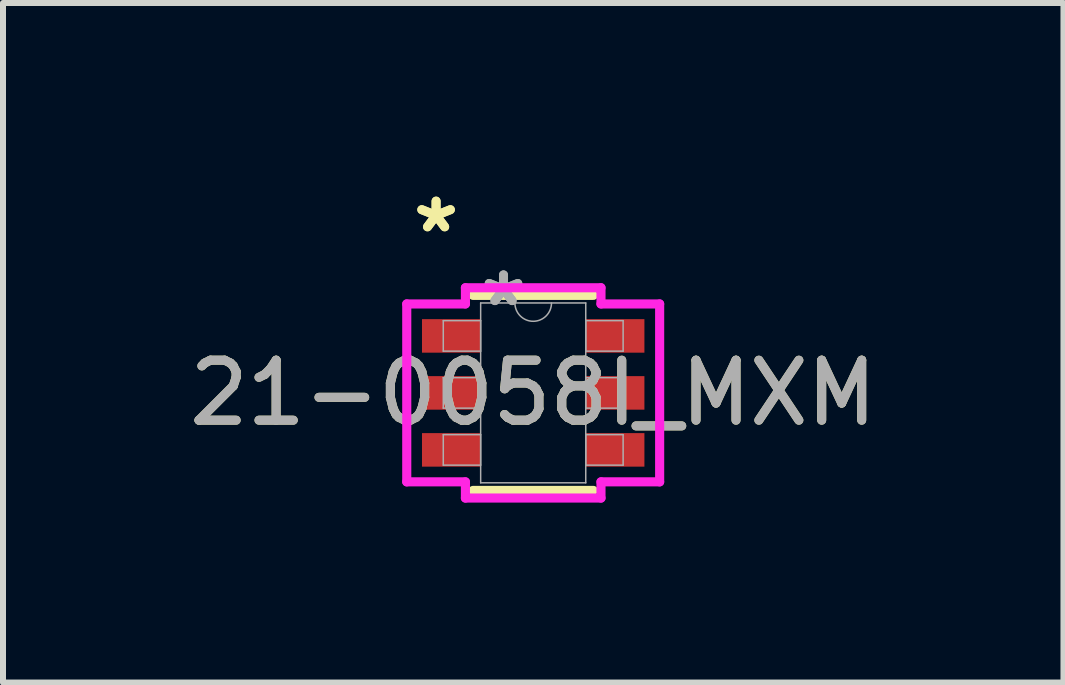
<source format=kicad_pcb>
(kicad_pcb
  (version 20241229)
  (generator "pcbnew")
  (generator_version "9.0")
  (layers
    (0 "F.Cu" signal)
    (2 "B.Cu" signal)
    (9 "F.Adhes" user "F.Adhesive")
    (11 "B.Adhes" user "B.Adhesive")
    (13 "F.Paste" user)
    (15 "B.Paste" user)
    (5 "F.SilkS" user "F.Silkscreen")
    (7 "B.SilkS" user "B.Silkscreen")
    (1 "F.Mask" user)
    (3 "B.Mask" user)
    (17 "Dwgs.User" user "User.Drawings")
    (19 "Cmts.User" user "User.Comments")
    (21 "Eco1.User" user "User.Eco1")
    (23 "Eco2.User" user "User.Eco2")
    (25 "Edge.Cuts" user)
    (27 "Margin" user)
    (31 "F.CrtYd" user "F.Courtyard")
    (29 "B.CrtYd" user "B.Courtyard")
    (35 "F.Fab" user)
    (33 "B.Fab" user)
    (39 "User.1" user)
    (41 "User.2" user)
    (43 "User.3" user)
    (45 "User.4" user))
  (footprint "21-0058I_MXM"
    (layer "F.Cu")
    (at 5.839 3.5)
    (property "Reference" "21-0058I_MXM" (at 0 0 0) (unlocked yes) (layer "F.SilkS") (effects (font (size 1 1) (thickness 0.15))))
    (attr smd)
    (fp_line (start -1.003 1.626) (end 1.003 1.626) (stroke (width 0.152) (type solid)) (layer "F.SilkS"))
    (fp_line (start 1.003 -1.626) (end -1.003 -1.626) (stroke (width 0.152) (type solid)) (layer "F.SilkS"))
    (fp_line (start -2.108 -1.483) (end -1.13 -1.483) (stroke (width 0.152) (type solid)) (layer "F.CrtYd"))
    (fp_line (start -2.108 1.483) (end -2.108 -1.483) (stroke (width 0.152) (type solid)) (layer "F.CrtYd"))
    (fp_line (start -2.108 1.483) (end -1.13 1.483) (stroke (width 0.152) (type solid)) (layer "F.CrtYd"))
    (fp_line (start -1.13 -1.753) (end 1.13 -1.753) (stroke (width 0.152) (type solid)) (layer "F.CrtYd"))
    (fp_line (start -1.13 -1.483) (end -1.13 -1.753) (stroke (width 0.152) (type solid)) (layer "F.CrtYd"))
    (fp_line (start -1.13 1.753) (end -1.13 1.483) (stroke (width 0.152) (type solid)) (layer "F.CrtYd"))
    (fp_line (start 1.13 -1.753) (end 1.13 -1.483) (stroke (width 0.152) (type solid)) (layer "F.CrtYd"))
    (fp_line (start 1.13 1.483) (end 1.13 1.753) (stroke (width 0.152) (type solid)) (layer "F.CrtYd"))
    (fp_line (start 1.13 1.753) (end -1.13 1.753) (stroke (width 0.152) (type solid)) (layer "F.CrtYd"))
    (fp_line (start 2.108 -1.483) (end 1.13 -1.483) (stroke (width 0.152) (type solid)) (layer "F.CrtYd"))
    (fp_line (start 2.108 -1.483) (end 2.108 1.483) (stroke (width 0.152) (type solid)) (layer "F.CrtYd"))
    (fp_line (start 2.108 1.483) (end 1.13 1.483) (stroke (width 0.152) (type solid)) (layer "F.CrtYd"))
    (fp_line (start -1.499 -1.204) (end -1.499 -0.696) (stroke (width 0.025) (type solid)) (layer "F.Fab"))
    (fp_line (start -1.499 -0.696) (end -0.876 -0.696) (stroke (width 0.025) (type solid)) (layer "F.Fab"))
    (fp_line (start -1.499 -0.254) (end -1.499 0.254) (stroke (width 0.025) (type solid)) (layer "F.Fab"))
    (fp_line (start -1.499 0.254) (end -0.876 0.254) (stroke (width 0.025) (type solid)) (layer "F.Fab"))
    (fp_line (start -1.499 0.696) (end -1.499 1.204) (stroke (width 0.025) (type solid)) (layer "F.Fab"))
    (fp_line (start -1.499 1.204) (end -0.876 1.204) (stroke (width 0.025) (type solid)) (layer "F.Fab"))
    (fp_line (start -0.876 -1.499) (end -0.876 1.499) (stroke (width 0.025) (type solid)) (layer "F.Fab"))
    (fp_line (start -0.876 -1.204) (end -1.499 -1.204) (stroke (width 0.025) (type solid)) (layer "F.Fab"))
    (fp_line (start -0.876 -0.696) (end -0.876 -1.204) (stroke (width 0.025) (type solid)) (layer "F.Fab"))
    (fp_line (start -0.876 -0.254) (end -1.499 -0.254) (stroke (width 0.025) (type solid)) (layer "F.Fab"))
    (fp_line (start -0.876 0.254) (end -0.876 -0.254) (stroke (width 0.025) (type solid)) (layer "F.Fab"))
    (fp_line (start -0.876 0.696) (end -1.499 0.696) (stroke (width 0.025) (type solid)) (layer "F.Fab"))
    (fp_line (start -0.876 1.204) (end -0.876 0.696) (stroke (width 0.025) (type solid)) (layer "F.Fab"))
    (fp_line (start -0.876 1.499) (end 0.876 1.499) (stroke (width 0.025) (type solid)) (layer "F.Fab"))
    (fp_line (start 0.876 -1.499) (end -0.876 -1.499) (stroke (width 0.025) (type solid)) (layer "F.Fab"))
    (fp_line (start 0.876 -1.204) (end 0.876 -0.696) (stroke (width 0.025) (type solid)) (layer "F.Fab"))
    (fp_line (start 0.876 -0.696) (end 1.499 -0.696) (stroke (width 0.025) (type solid)) (layer "F.Fab"))
    (fp_line (start 0.876 -0.254) (end 0.876 0.254) (stroke (width 0.025) (type solid)) (layer "F.Fab"))
    (fp_line (start 0.876 0.254) (end 1.499 0.254) (stroke (width 0.025) (type solid)) (layer "F.Fab"))
    (fp_line (start 0.876 0.696) (end 0.876 1.204) (stroke (width 0.025) (type solid)) (layer "F.Fab"))
    (fp_line (start 0.876 1.204) (end 1.499 1.204) (stroke (width 0.025) (type solid)) (layer "F.Fab"))
    (fp_line (start 0.876 1.499) (end 0.876 -1.499) (stroke (width 0.025) (type solid)) (layer "F.Fab"))
    (fp_line (start 1.499 -1.204) (end 0.876 -1.204) (stroke (width 0.025) (type solid)) (layer "F.Fab"))
    (fp_line (start 1.499 -0.696) (end 1.499 -1.204) (stroke (width 0.025) (type solid)) (layer "F.Fab"))
    (fp_line (start 1.499 -0.254) (end 0.876 -0.254) (stroke (width 0.025) (type solid)) (layer "F.Fab"))
    (fp_line (start 1.499 0.254) (end 1.499 -0.254) (stroke (width 0.025) (type solid)) (layer "F.Fab"))
    (fp_line (start 1.499 0.696) (end 0.876 0.696) (stroke (width 0.025) (type solid)) (layer "F.Fab"))
    (fp_line (start 1.499 1.204) (end 1.499 0.696) (stroke (width 0.025) (type solid)) (layer "F.Fab"))
    (fp_arc (start 0.3048 -1.4986) (mid 0 -1.1938) (end -0.3048 -1.4986) (stroke (width 0.0254) (type solid)) (layer "F.Fab"))
    (fp_text user "*" (at -1.619 -2.652 0) (unlocked yes) (layer "F.SilkS") (effects (font (size 1 1) (thickness 0.15))))
    (fp_text user "*" (at -1.619 -2.652 0) (layer "F.SilkS") (effects (font (size 1 1) (thickness 0.15))))
    (fp_text user "*" (at -0.495 -1.422 0) (layer "F.Fab") (effects (font (size 1 1) (thickness 0.15))))
    (fp_text user "*" (at -0.495 -1.422 0) (unlocked yes) (layer "F.Fab") (effects (font (size 1 1) (thickness 0.15))))
    (fp_text user "${REFERENCE}" (at 0 0 0) (unlocked yes) (layer "F.Fab") (effects (font (size 1 1) (thickness 0.15))))
    (pad "1" smd rect (at -1.365 -0.95) (size 0.978 0.559) (layers "F.Cu" "F.Mask" "F.Paste"))
    (pad "2" smd rect (at -1.365 0) (size 0.978 0.559) (layers "F.Cu" "F.Mask" "F.Paste"))
    (pad "3" smd rect (at -1.365 0.95) (size 0.978 0.559) (layers "F.Cu" "F.Mask" "F.Paste"))
    (pad "4" smd rect (at 1.365 0.95) (size 0.978 0.559) (layers "F.Cu" "F.Mask" "F.Paste"))
    (pad "5" smd rect (at 1.365 0) (size 0.978 0.559) (layers "F.Cu" "F.Mask" "F.Paste"))
    (pad "6" smd rect (at 1.365 -0.95) (size 0.978 0.559) (layers "F.Cu" "F.Mask" "F.Paste")))
  (gr_rect
    (start -3 -3)
    (end 14.679 8.329)
    (stroke (width 0.1) (type default))
    (fill no)
    (layer "Edge.Cuts")))
</source>
